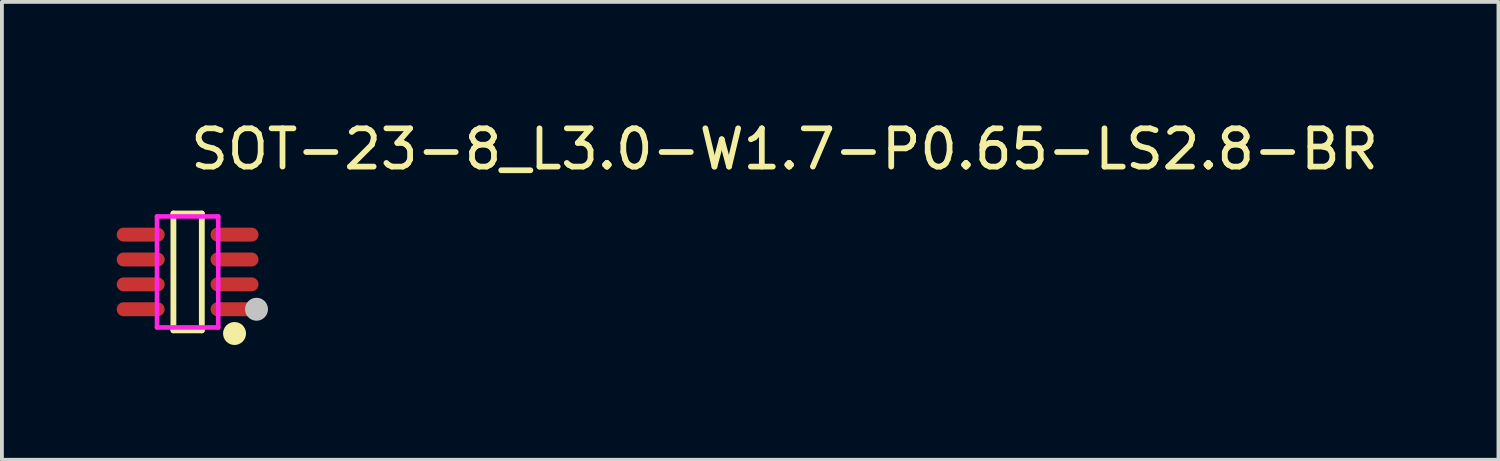
<source format=kicad_pcb>
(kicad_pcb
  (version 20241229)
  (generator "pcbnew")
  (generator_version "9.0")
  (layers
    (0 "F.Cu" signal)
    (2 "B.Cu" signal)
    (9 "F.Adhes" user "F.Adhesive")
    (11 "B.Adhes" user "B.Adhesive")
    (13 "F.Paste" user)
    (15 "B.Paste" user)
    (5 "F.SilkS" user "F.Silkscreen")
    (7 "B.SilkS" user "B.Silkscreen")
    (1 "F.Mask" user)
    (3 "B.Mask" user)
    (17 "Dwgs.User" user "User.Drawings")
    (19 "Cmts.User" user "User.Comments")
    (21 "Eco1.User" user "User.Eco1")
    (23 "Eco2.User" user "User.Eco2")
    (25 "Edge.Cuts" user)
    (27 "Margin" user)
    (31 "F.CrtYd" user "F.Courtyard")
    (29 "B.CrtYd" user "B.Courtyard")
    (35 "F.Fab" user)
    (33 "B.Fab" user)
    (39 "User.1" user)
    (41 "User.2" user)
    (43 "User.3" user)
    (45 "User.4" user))
  (footprint "SOT-23-8_L3.0-W1.7-P0.65-LS2.8-BR"
    (layer "F.Cu")
    (at 1.852 4.055)
    (property "Reference" "SOT-23-8_L3.0-W1.7-P0.65-LS2.8-BR" (at 0 -3.207 0) (layer "F.SilkS") (effects (font (size 1 1) (thickness 0.15)) (justify left)))
    (attr through_hole)
    (fp_line (start -0.371 -1.526) (end 0.371 -1.526) (stroke (width 0.152) (type solid)) (layer "F.SilkS"))
    (fp_line (start -0.371 1.526) (end -0.371 -1.526) (stroke (width 0.152) (type solid)) (layer "F.SilkS"))
    (fp_line (start 0.371 -1.526) (end 0.371 1.526) (stroke (width 0.152) (type solid)) (layer "F.SilkS"))
    (fp_line (start 0.371 1.526) (end -0.371 1.526) (stroke (width 0.152) (type solid)) (layer "F.SilkS"))
    (fp_circle (center 1.226 1.609) (end 1.376 1.609) (stroke (width 0.3) (type solid)) (fill no) (layer "F.SilkS"))
    (fp_circle (center 1.8 0.975) (end 1.95 0.975) (stroke (width 0.3) (type solid)) (fill no) (layer "Dwgs.User"))
    (fp_line (start -0.96 -1.125) (end -0.96 -0.825) (stroke (width 0.12) (type solid)) (layer "Eco2.User"))
    (fp_line (start -0.96 -0.825) (end -0.79 -0.825) (stroke (width 0.12) (type solid)) (layer "Eco2.User"))
    (fp_line (start -0.96 -0.475) (end -0.96 -0.175) (stroke (width 0.12) (type solid)) (layer "Eco2.User"))
    (fp_line (start -0.96 -0.175) (end -0.79 -0.175) (stroke (width 0.12) (type solid)) (layer "Eco2.User"))
    (fp_line (start -0.96 0.175) (end -0.96 0.475) (stroke (width 0.12) (type solid)) (layer "Eco2.User"))
    (fp_line (start -0.96 0.475) (end -0.79 0.475) (stroke (width 0.12) (type solid)) (layer "Eco2.User"))
    (fp_line (start -0.96 0.825) (end -0.96 1.125) (stroke (width 0.12) (type solid)) (layer "Eco2.User"))
    (fp_line (start -0.96 1.125) (end -0.79 1.125) (stroke (width 0.12) (type solid)) (layer "Eco2.User"))
    (fp_line (start -0.79 -1.125) (end -0.96 -1.125) (stroke (width 0.12) (type solid)) (layer "Eco2.User"))
    (fp_line (start -0.79 -0.825) (end -0.79 -1.125) (stroke (width 0.12) (type solid)) (layer "Eco2.User"))
    (fp_line (start -0.79 -0.475) (end -0.96 -0.475) (stroke (width 0.12) (type solid)) (layer "Eco2.User"))
    (fp_line (start -0.79 -0.175) (end -0.79 -0.475) (stroke (width 0.12) (type solid)) (layer "Eco2.User"))
    (fp_line (start -0.79 0.175) (end -0.96 0.175) (stroke (width 0.12) (type solid)) (layer "Eco2.User"))
    (fp_line (start -0.79 0.475) (end -0.79 0.175) (stroke (width 0.12) (type solid)) (layer "Eco2.User"))
    (fp_line (start -0.79 0.825) (end -0.96 0.825) (stroke (width 0.12) (type solid)) (layer "Eco2.User"))
    (fp_line (start -0.79 1.125) (end -0.79 0.825) (stroke (width 0.12) (type solid)) (layer "Eco2.User"))
    (fp_line (start 0.79 -1.125) (end 0.96 -1.125) (stroke (width 0.12) (type solid)) (layer "Eco2.User"))
    (fp_line (start 0.79 -0.825) (end 0.79 -1.125) (stroke (width 0.12) (type solid)) (layer "Eco2.User"))
    (fp_line (start 0.79 -0.475) (end 0.96 -0.475) (stroke (width 0.12) (type solid)) (layer "Eco2.User"))
    (fp_line (start 0.79 -0.175) (end 0.79 -0.475) (stroke (width 0.12) (type solid)) (layer "Eco2.User"))
    (fp_line (start 0.79 0.175) (end 0.96 0.175) (stroke (width 0.12) (type solid)) (layer "Eco2.User"))
    (fp_line (start 0.79 0.475) (end 0.79 0.175) (stroke (width 0.12) (type solid)) (layer "Eco2.User"))
    (fp_line (start 0.79 0.825) (end 0.96 0.825) (stroke (width 0.12) (type solid)) (layer "Eco2.User"))
    (fp_line (start 0.79 1.125) (end 0.79 0.825) (stroke (width 0.12) (type solid)) (layer "Eco2.User"))
    (fp_line (start 0.96 -1.125) (end 0.96 -0.825) (stroke (width 0.12) (type solid)) (layer "Eco2.User"))
    (fp_line (start 0.96 -0.825) (end 0.79 -0.825) (stroke (width 0.12) (type solid)) (layer "Eco2.User"))
    (fp_line (start 0.96 -0.475) (end 0.96 -0.175) (stroke (width 0.12) (type solid)) (layer "Eco2.User"))
    (fp_line (start 0.96 -0.175) (end 0.79 -0.175) (stroke (width 0.12) (type solid)) (layer "Eco2.User"))
    (fp_line (start 0.96 0.175) (end 0.96 0.475) (stroke (width 0.12) (type solid)) (layer "Eco2.User"))
    (fp_line (start 0.96 0.475) (end 0.79 0.475) (stroke (width 0.12) (type solid)) (layer "Eco2.User"))
    (fp_line (start 0.96 0.825) (end 0.96 1.125) (stroke (width 0.12) (type solid)) (layer "Eco2.User"))
    (fp_line (start 0.96 1.125) (end 0.79 1.125) (stroke (width 0.12) (type solid)) (layer "Eco2.User"))
    (fp_circle (center 1.4 1.45) (end 1.43 1.45) (stroke (width 0.06) (type solid)) (fill no) (layer "Eco2.User"))
    (fp_poly (pts (xy -1.4 -0.825) (xy -0.95 -0.825) (xy -0.95 -1.125) (xy -1.4 -1.125)) (stroke (width 0.12) (type solid)) (fill no) (layer "Eco2.User"))
    (fp_poly (pts (xy -1.4 -0.175) (xy -0.95 -0.175) (xy -0.95 -0.475) (xy -1.4 -0.475)) (stroke (width 0.12) (type solid)) (fill no) (layer "Eco2.User"))
    (fp_poly (pts (xy -1.4 0.475) (xy -0.95 0.475) (xy -0.95 0.175) (xy -1.4 0.175)) (stroke (width 0.12) (type solid)) (fill no) (layer "Eco2.User"))
    (fp_poly (pts (xy -1.4 1.125) (xy -0.95 1.125) (xy -0.95 0.825) (xy -1.4 0.825)) (stroke (width 0.12) (type solid)) (fill no) (layer "Eco2.User"))
    (fp_poly (pts (xy 1.4 -0.825) (xy 0.95 -0.825) (xy 0.95 -1.125) (xy 1.4 -1.125)) (stroke (width 0.12) (type solid)) (fill no) (layer "Eco2.User"))
    (fp_poly (pts (xy 1.4 -0.175) (xy 0.95 -0.175) (xy 0.95 -0.475) (xy 1.4 -0.475)) (stroke (width 0.12) (type solid)) (fill no) (layer "Eco2.User"))
    (fp_poly (pts (xy 1.4 0.475) (xy 0.95 0.475) (xy 0.95 0.175) (xy 1.4 0.175)) (stroke (width 0.12) (type solid)) (fill no) (layer "Eco2.User"))
    (fp_poly (pts (xy 1.4 1.125) (xy 0.95 1.125) (xy 0.95 0.825) (xy 1.4 0.825)) (stroke (width 0.12) (type solid)) (fill no) (layer "Eco2.User"))
    (fp_line (start -0.8 -1.45) (end 0.8 -1.45) (stroke (width 0.12) (type solid)) (layer "F.CrtYd"))
    (fp_line (start -0.8 1.45) (end -0.8 -1.45) (stroke (width 0.12) (type solid)) (layer "F.CrtYd"))
    (fp_line (start 0.8 -1.45) (end 0.8 1.45) (stroke (width 0.12) (type solid)) (layer "F.CrtYd"))
    (fp_line (start 0.8 1.45) (end -0.8 1.45) (stroke (width 0.12) (type solid)) (layer "F.CrtYd"))
    (pad "1" smd oval (at 1.226 0.975) (size 1.252 0.364) (layers "F.Cu" "F.Mask" "F.Paste"))
    (pad "2" smd oval (at 1.226 0.325) (size 1.252 0.364) (layers "F.Cu" "F.Mask" "F.Paste"))
    (pad "3" smd oval (at 1.226 -0.325) (size 1.252 0.364) (layers "F.Cu" "F.Mask" "F.Paste"))
    (pad "4" smd oval (at 1.226 -0.975) (size 1.252 0.364) (layers "F.Cu" "F.Mask" "F.Paste"))
    (pad "5" smd oval (at -1.226 -0.975) (size 1.252 0.364) (layers "F.Cu" "F.Mask" "F.Paste"))
    (pad "6" smd oval (at -1.226 -0.325) (size 1.252 0.364) (layers "F.Cu" "F.Mask" "F.Paste"))
    (pad "7" smd oval (at -1.226 0.325) (size 1.252 0.364) (layers "F.Cu" "F.Mask" "F.Paste"))
    (pad "8" smd oval (at -1.226 0.975) (size 1.252 0.364) (layers "F.Cu" "F.Mask" "F.Paste")))
  (gr_rect
    (start -3 -3)
    (end 36.102 8.964)
    (stroke (width 0.1) (type default))
    (fill no)
    (layer "Edge.Cuts")))
</source>
